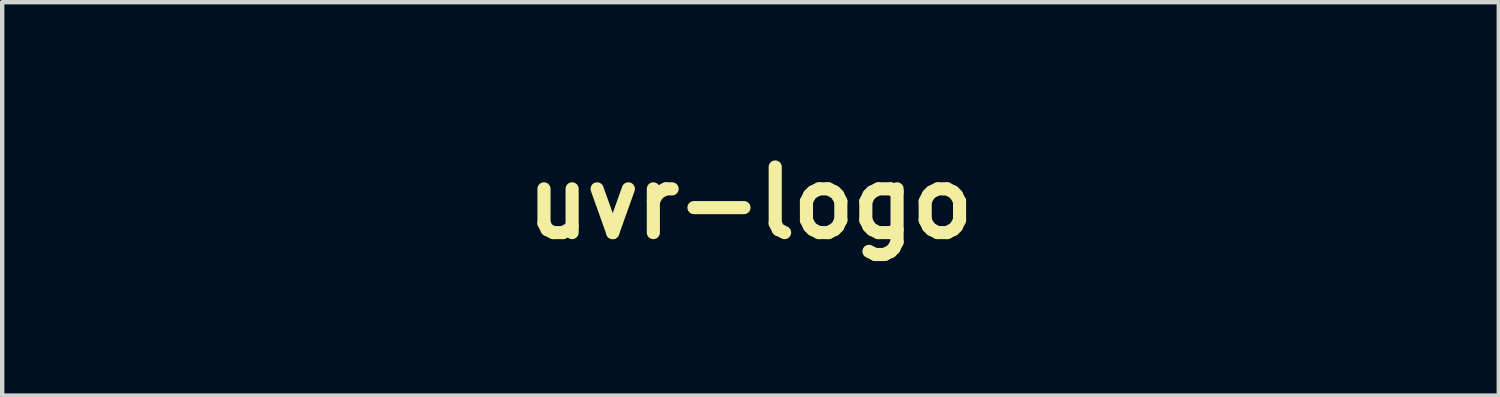
<source format=kicad_pcb>
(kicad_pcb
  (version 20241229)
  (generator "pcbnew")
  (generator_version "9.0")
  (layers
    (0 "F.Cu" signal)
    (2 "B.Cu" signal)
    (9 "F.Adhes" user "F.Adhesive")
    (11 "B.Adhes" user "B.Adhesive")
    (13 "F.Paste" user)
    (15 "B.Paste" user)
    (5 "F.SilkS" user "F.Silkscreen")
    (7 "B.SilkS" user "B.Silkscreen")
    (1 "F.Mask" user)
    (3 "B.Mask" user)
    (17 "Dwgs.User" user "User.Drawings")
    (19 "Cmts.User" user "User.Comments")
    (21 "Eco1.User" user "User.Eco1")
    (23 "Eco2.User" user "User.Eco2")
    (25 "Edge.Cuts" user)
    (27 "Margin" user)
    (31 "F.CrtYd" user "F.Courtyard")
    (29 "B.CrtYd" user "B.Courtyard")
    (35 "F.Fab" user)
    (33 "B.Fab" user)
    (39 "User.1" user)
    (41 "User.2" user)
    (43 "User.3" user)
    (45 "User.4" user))
  (footprint "uvr-logo"
    (layer "F.Cu")
    (at 14.1 1.589)
    (property "Reference" "uvr-logo" (at 0 0 0) (layer "F.SilkS") (effects (font (size 1.5 1.5) (thickness 0.3))))
    (attr board_only exclude_from_pos_files exclude_from_bom)
    (fp_poly (pts (xy -8.615 0) (xy -8.615 0.95) (xy -8.839 0.95) (xy -9.062 0.95) (xy -9.062 0) (xy -9.062 -0.95) (xy -8.839 -0.95) (xy -8.615 -0.95)) (stroke (width 0.1) (type solid)) (fill no) (layer "Eco2.User"))
    (fp_poly (pts (xy 9.299 -0.779) (xy 9.299 -0.608) (xy 8.862 -0.608) (xy 8.426 -0.608) (xy 8.426 0.171) (xy 8.426 0.95) (xy 8.202 0.95) (xy 7.979 0.95) (xy 7.979 0.171) (xy 7.979 -0.608) (xy 7.544 -0.61) (xy 7.11 -0.613) (xy 7.107 -0.781) (xy 7.105 -0.95) (xy 8.202 -0.95) (xy 9.299 -0.95)) (stroke (width 0.1) (type solid)) (fill no) (layer "Eco2.User"))
    (fp_poly (pts (xy 6.877 -0.788) (xy 6.877 -0.627) (xy 6.122 -0.627) (xy 5.367 -0.627) (xy 5.369 -0.416) (xy 5.372 -0.204) (xy 5.811 -0.202) (xy 6.25 -0.199) (xy 6.25 -0.038) (xy 6.25 0.123) (xy 5.809 0.123) (xy 5.367 0.123) (xy 5.367 0.356) (xy 5.367 0.589) (xy 6.127 0.589) (xy 6.887 0.589) (xy 6.887 0.769) (xy 6.887 0.95) (xy 5.908 0.95) (xy 4.93 0.95) (xy 4.93 0) (xy 4.93 -0.95) (xy 5.904 -0.95) (xy 6.877 -0.95)) (stroke (width 0.1) (type solid)) (fill no) (layer "Eco2.User"))
    (fp_poly (pts (xy -0.403 -1.335) (xy -0.36 -1.313) (xy -0.338 -1.293) (xy -0.329 -1.282) (xy -0.328 -1.274) (xy -0.339 -1.265) (xy -0.364 -1.253) (xy -0.371 -1.25) (xy -0.407 -1.236) (xy -0.441 -1.224) (xy -0.458 -1.22) (xy -0.482 -1.218) (xy -0.496 -1.224) (xy -0.503 -1.233) (xy -0.51 -1.257) (xy -0.513 -1.283) (xy -0.514 -1.303) (xy -0.523 -1.31) (xy -0.541 -1.308) (xy -0.563 -1.305) (xy -0.568 -1.308) (xy -0.555 -1.319) (xy -0.539 -1.33) (xy -0.498 -1.345) (xy -0.451 -1.346)) (stroke (width 0.1) (type solid)) (fill no) (layer "Eco2.User"))
    (fp_poly (pts (xy -10.839 -0.265) (xy -10.456 0.419) (xy -10.428 0.369) (xy -10.419 0.352) (xy -10.402 0.32) (xy -10.377 0.275) (xy -10.346 0.217) (xy -10.309 0.147) (xy -10.267 0.069) (xy -10.221 -0.018) (xy -10.171 -0.112) (xy -10.118 -0.211) (xy -10.063 -0.314) (xy -10.062 -0.316) (xy -9.723 -0.95) (xy -9.501 -0.95) (xy -9.279 -0.95) (xy -9.299 -0.914) (xy -9.306 -0.901) (xy -9.322 -0.873) (xy -9.346 -0.83) (xy -9.377 -0.774) (xy -9.414 -0.705) (xy -9.458 -0.626) (xy -9.507 -0.536) (xy -9.561 -0.438) (xy -9.619 -0.332) (xy -9.681 -0.22) (xy -9.746 -0.102) (xy -9.813 0.02) (xy -9.82 0.033) (xy -10.322 0.945) (xy -10.478 0.947) (xy -10.634 0.95) (xy -11.159 0.04) (xy -11.229 -0.081) (xy -11.297 -0.199) (xy -11.362 -0.312) (xy -11.424 -0.418) (xy -11.481 -0.517) (xy -11.533 -0.607) (xy -11.58 -0.688) (xy -11.62 -0.758) (xy -11.654 -0.816) (xy -11.68 -0.861) (xy -11.698 -0.892) (xy -11.707 -0.908) (xy -11.708 -0.91) (xy -11.732 -0.95) (xy -11.478 -0.95) (xy -11.223 -0.95)) (stroke (width 0.1) (type solid)) (fill no) (layer "Eco2.User"))
    (fp_poly (pts (xy 12.555 -0.59) (xy 12.617 -0.52) (xy 12.676 -0.454) (xy 12.73 -0.395) (xy 12.778 -0.342) (xy 12.819 -0.299) (xy 12.851 -0.265) (xy 12.873 -0.242) (xy 12.884 -0.232) (xy 12.885 -0.232) (xy 12.893 -0.239) (xy 12.913 -0.259) (xy 12.942 -0.291) (xy 12.981 -0.333) (xy 13.027 -0.383) (xy 13.08 -0.441) (xy 13.138 -0.505) (xy 13.2 -0.574) (xy 13.216 -0.592) (xy 13.538 -0.95) (xy 13.8 -0.95) (xy 14.063 -0.95) (xy 13.991 -0.876) (xy 13.972 -0.856) (xy 13.941 -0.824) (xy 13.899 -0.781) (xy 13.849 -0.728) (xy 13.791 -0.667) (xy 13.727 -0.599) (xy 13.658 -0.526) (xy 13.585 -0.449) (xy 13.51 -0.37) (xy 13.499 -0.359) (xy 13.08 0.085) (xy 13.08 0.517) (xy 13.08 0.95) (xy 12.852 0.95) (xy 12.624 0.95) (xy 12.624 0.522) (xy 12.624 0.095) (xy 12.171 -0.387) (xy 12.095 -0.469) (xy 12.021 -0.547) (xy 11.951 -0.621) (xy 11.887 -0.69) (xy 11.829 -0.751) (xy 11.779 -0.804) (xy 11.738 -0.848) (xy 11.707 -0.881) (xy 11.686 -0.903) (xy 11.68 -0.91) (xy 11.642 -0.95) (xy 11.938 -0.95) (xy 12.234 -0.95)) (stroke (width 0.1) (type solid)) (fill no) (layer "Eco2.User"))
    (fp_poly (pts (xy 3.04 -0.556) (xy 3.04 -0.162) (xy 3.563 -0.556) (xy 4.087 -0.95) (xy 4.406 -0.95) (xy 4.493 -0.949) (xy 4.562 -0.949) (xy 4.615 -0.949) (xy 4.655 -0.948) (xy 4.683 -0.946) (xy 4.7 -0.944) (xy 4.709 -0.942) (xy 4.711 -0.939) (xy 4.707 -0.935) (xy 4.707 -0.935) (xy 4.696 -0.927) (xy 4.671 -0.909) (xy 4.633 -0.882) (xy 4.584 -0.847) (xy 4.523 -0.804) (xy 4.454 -0.754) (xy 4.376 -0.699) (xy 4.292 -0.639) (xy 4.202 -0.575) (xy 4.108 -0.508) (xy 4.099 -0.501) (xy 4.004 -0.434) (xy 3.914 -0.37) (xy 3.829 -0.31) (xy 3.751 -0.254) (xy 3.681 -0.204) (xy 3.62 -0.16) (xy 3.57 -0.124) (xy 3.531 -0.095) (xy 3.505 -0.077) (xy 3.494 -0.068) (xy 3.493 -0.067) (xy 3.491 -0.064) (xy 3.491 -0.06) (xy 3.495 -0.054) (xy 3.502 -0.045) (xy 3.515 -0.034) (xy 3.534 -0.018) (xy 3.559 0.002) (xy 3.593 0.027) (xy 3.635 0.058) (xy 3.686 0.096) (xy 3.749 0.141) (xy 3.822 0.194) (xy 3.908 0.255) (xy 4.008 0.326) (xy 4.121 0.407) (xy 4.178 0.447) (xy 4.879 0.945) (xy 4.525 0.948) (xy 4.171 0.95) (xy 3.608 0.536) (xy 3.044 0.122) (xy 3.042 0.536) (xy 3.039 0.95) (xy 2.812 0.95) (xy 2.584 0.95) (xy 2.584 0) (xy 2.584 -0.95) (xy 2.812 -0.95) (xy 3.04 -0.95)) (stroke (width 0.1) (type solid)) (fill no) (layer "Eco2.User"))
    (fp_poly (pts (xy -13.602 -0.18) (xy -13.602 0.589) (xy -12.975 0.589) (xy -12.349 0.589) (xy -12.349 -0.18) (xy -12.349 -0.95) (xy -12.125 -0.95) (xy -11.902 -0.95) (xy -11.902 -0.202) (xy -11.903 -0.075) (xy -11.903 0.046) (xy -11.904 0.159) (xy -11.904 0.263) (xy -11.905 0.357) (xy -11.906 0.439) (xy -11.908 0.507) (xy -11.909 0.561) (xy -11.91 0.599) (xy -11.912 0.617) (xy -11.926 0.7) (xy -11.946 0.766) (xy -11.973 0.818) (xy -12.009 0.859) (xy -12.054 0.89) (xy -12.064 0.895) (xy -12.083 0.905) (xy -12.103 0.913) (xy -12.123 0.921) (xy -12.145 0.927) (xy -12.17 0.932) (xy -12.2 0.937) (xy -12.237 0.94) (xy -12.281 0.943) (xy -12.334 0.945) (xy -12.397 0.947) (xy -12.471 0.948) (xy -12.559 0.949) (xy -12.661 0.949) (xy -12.778 0.949) (xy -12.913 0.949) (xy -12.983 0.949) (xy -13.1 0.948) (xy -13.212 0.948) (xy -13.317 0.947) (xy -13.415 0.947) (xy -13.503 0.946) (xy -13.581 0.945) (xy -13.646 0.944) (xy -13.696 0.942) (xy -13.731 0.941) (xy -13.749 0.94) (xy -13.749 0.94) (xy -13.829 0.922) (xy -13.894 0.896) (xy -13.945 0.86) (xy -13.984 0.814) (xy -14.015 0.754) (xy -14.023 0.732) (xy -14.027 0.721) (xy -14.03 0.71) (xy -14.033 0.698) (xy -14.035 0.683) (xy -14.037 0.665) (xy -14.039 0.642) (xy -14.04 0.612) (xy -14.042 0.575) (xy -14.043 0.529) (xy -14.044 0.474) (xy -14.044 0.406) (xy -14.045 0.327) (xy -14.045 0.233) (xy -14.046 0.124) (xy -14.046 -0.002) (xy -14.047 -0.14) (xy -14.05 -0.95) (xy -13.826 -0.95) (xy -13.602 -0.95)) (stroke (width 0.1) (type solid)) (fill no) (layer "Eco2.User"))
    (fp_poly (pts (xy 10.408 -0.948) (xy 11.299 -0.945) (xy 11.362 -0.924) (xy 11.432 -0.891) (xy 11.489 -0.844) (xy 11.532 -0.785) (xy 11.561 -0.713) (xy 11.569 -0.679) (xy 11.573 -0.648) (xy 11.576 -0.601) (xy 11.578 -0.541) (xy 11.579 -0.474) (xy 11.579 -0.4) (xy 11.579 -0.325) (xy 11.578 -0.251) (xy 11.576 -0.181) (xy 11.574 -0.12) (xy 11.57 -0.069) (xy 11.566 -0.033) (xy 11.565 -0.025) (xy 11.542 0.05) (xy 11.507 0.11) (xy 11.462 0.153) (xy 11.427 0.176) (xy 11.39 0.195) (xy 11.35 0.209) (xy 11.302 0.219) (xy 11.244 0.227) (xy 11.173 0.233) (xy 11.086 0.236) (xy 11.082 0.237) (xy 10.912 0.242) (xy 11.34 0.593) (xy 11.418 0.656) (xy 11.492 0.717) (xy 11.559 0.772) (xy 11.62 0.822) (xy 11.671 0.865) (xy 11.714 0.9) (xy 11.745 0.926) (xy 11.764 0.942) (xy 11.769 0.947) (xy 11.76 0.947) (xy 11.734 0.948) (xy 11.694 0.949) (xy 11.641 0.949) (xy 11.578 0.949) (xy 11.507 0.95) (xy 11.453 0.95) (xy 11.137 0.949) (xy 10.758 0.593) (xy 10.379 0.237) (xy 10.167 0.237) (xy 9.955 0.237) (xy 9.955 0.594) (xy 9.955 0.95) (xy 9.736 0.95) (xy 9.518 0.95) (xy 9.518 -0.000279) (xy 9.518 -0.618) (xy 9.955 -0.618) (xy 9.955 -0.356) (xy 9.955 -0.094) (xy 10.509 -0.097) (xy 10.626 -0.098) (xy 10.725 -0.098) (xy 10.809 -0.099) (xy 10.878 -0.1) (xy 10.934 -0.101) (xy 10.978 -0.102) (xy 11.013 -0.103) (xy 11.039 -0.105) (xy 11.058 -0.107) (xy 11.071 -0.11) (xy 11.08 -0.113) (xy 11.087 -0.116) (xy 11.088 -0.116) (xy 11.108 -0.131) (xy 11.122 -0.145) (xy 11.133 -0.164) (xy 11.14 -0.188) (xy 11.144 -0.222) (xy 11.146 -0.269) (xy 11.147 -0.33) (xy 11.147 -0.356) (xy 11.147 -0.424) (xy 11.145 -0.475) (xy 11.142 -0.513) (xy 11.136 -0.541) (xy 11.127 -0.561) (xy 11.113 -0.577) (xy 11.096 -0.591) (xy 11.088 -0.596) (xy 11.081 -0.599) (xy 11.072 -0.602) (xy 11.06 -0.605) (xy 11.041 -0.607) (xy 11.016 -0.609) (xy 10.983 -0.61) (xy 10.94 -0.612) (xy 10.885 -0.613) (xy 10.818 -0.613) (xy 10.736 -0.614) (xy 10.638 -0.615) (xy 10.523 -0.615) (xy 10.509 -0.615) (xy 9.955 -0.618) (xy 9.518 -0.618) (xy 9.518 -0.95)) (stroke (width 0.1) (type solid)) (fill no) (layer "Eco2.User"))
    (fp_poly (pts (xy -3.858 -0.95) (xy -3.726 -0.95) (xy -3.611 -0.95) (xy -3.511 -0.949) (xy -3.424 -0.949) (xy -3.351 -0.948) (xy -3.289 -0.947) (xy -3.238 -0.946) (xy -3.196 -0.945) (xy -3.162 -0.944) (xy -3.135 -0.942) (xy -3.113 -0.94) (xy -3.095 -0.938) (xy -3.08 -0.935) (xy -3.08 -0.935) (xy -3.007 -0.915) (xy -2.949 -0.888) (xy -2.903 -0.852) (xy -2.866 -0.804) (xy -2.848 -0.771) (xy -2.816 -0.708) (xy -2.816 -0.366) (xy -2.817 -0.268) (xy -2.817 -0.187) (xy -2.818 -0.12) (xy -2.821 -0.067) (xy -2.824 -0.024) (xy -2.829 0.009) (xy -2.836 0.036) (xy -2.846 0.059) (xy -2.857 0.079) (xy -2.872 0.098) (xy -2.884 0.113) (xy -2.917 0.146) (xy -2.953 0.173) (xy -2.995 0.194) (xy -3.046 0.211) (xy -3.108 0.222) (xy -3.183 0.23) (xy -3.274 0.235) (xy -3.298 0.236) (xy -3.475 0.242) (xy -3.132 0.522) (xy -3.059 0.582) (xy -2.987 0.641) (xy -2.918 0.698) (xy -2.854 0.749) (xy -2.798 0.795) (xy -2.752 0.833) (xy -2.716 0.862) (xy -2.7 0.876) (xy -2.61 0.95) (xy -2.929 0.95) (xy -3.248 0.95) (xy -3.628 0.594) (xy -4.008 0.237) (xy -4.217 0.237) (xy -4.426 0.237) (xy -4.426 0.594) (xy -4.426 0.95) (xy -4.645 0.95) (xy -4.863 0.95) (xy -4.863 0) (xy -4.863 -0.618) (xy -4.426 -0.618) (xy -4.426 -0.356) (xy -4.426 -0.094) (xy -3.878 -0.097) (xy -3.761 -0.098) (xy -3.662 -0.098) (xy -3.579 -0.099) (xy -3.511 -0.1) (xy -3.455 -0.101) (xy -3.411 -0.102) (xy -3.376 -0.103) (xy -3.35 -0.105) (xy -3.331 -0.107) (xy -3.317 -0.11) (xy -3.307 -0.113) (xy -3.299 -0.116) (xy -3.298 -0.117) (xy -3.278 -0.13) (xy -3.263 -0.146) (xy -3.253 -0.169) (xy -3.246 -0.2) (xy -3.241 -0.242) (xy -3.24 -0.299) (xy -3.239 -0.356) (xy -3.24 -0.426) (xy -3.242 -0.48) (xy -3.247 -0.52) (xy -3.254 -0.549) (xy -3.266 -0.57) (xy -3.282 -0.585) (xy -3.298 -0.595) (xy -3.305 -0.599) (xy -3.315 -0.602) (xy -3.329 -0.605) (xy -3.347 -0.607) (xy -3.372 -0.609) (xy -3.405 -0.61) (xy -3.448 -0.612) (xy -3.502 -0.613) (xy -3.568 -0.613) (xy -3.649 -0.614) (xy -3.745 -0.615) (xy -3.859 -0.615) (xy -3.878 -0.615) (xy -4.426 -0.618) (xy -4.863 -0.618) (xy -4.863 -0.95) (xy -4.008 -0.95)) (stroke (width 0.1) (type solid)) (fill no) (layer "Eco2.User"))
    (fp_poly (pts (xy 1.613 -0.948) (xy 1.718 -0.947) (xy 1.805 -0.947) (xy 1.874 -0.945) (xy 1.926 -0.944) (xy 1.959 -0.942) (xy 1.968 -0.941) (xy 2.047 -0.924) (xy 2.112 -0.899) (xy 2.165 -0.865) (xy 2.207 -0.82) (xy 2.239 -0.764) (xy 2.26 -0.694) (xy 2.273 -0.61) (xy 2.278 -0.51) (xy 2.278 -0.447) (xy 2.275 -0.318) (xy 2.061 -0.284) (xy 2 -0.274) (xy 1.944 -0.266) (xy 1.898 -0.26) (xy 1.864 -0.255) (xy 1.844 -0.254) (xy 1.84 -0.254) (xy 1.838 -0.264) (xy 1.836 -0.29) (xy 1.835 -0.329) (xy 1.834 -0.378) (xy 1.833 -0.433) (xy 1.833 -0.608) (xy 1.24 -0.608) (xy 0.646 -0.608) (xy 0.646 -0.009) (xy 0.646 0.589) (xy 1.24 0.589) (xy 1.833 0.589) (xy 1.833 0.39) (xy 1.834 0.331) (xy 1.835 0.278) (xy 1.836 0.235) (xy 1.838 0.204) (xy 1.84 0.188) (xy 1.84 0.187) (xy 1.851 0.188) (xy 1.877 0.192) (xy 1.915 0.199) (xy 1.962 0.208) (xy 2.015 0.219) (xy 2.071 0.23) (xy 2.126 0.241) (xy 2.177 0.252) (xy 2.222 0.262) (xy 2.256 0.27) (xy 2.258 0.271) (xy 2.266 0.273) (xy 2.272 0.278) (xy 2.276 0.288) (xy 2.278 0.306) (xy 2.279 0.334) (xy 2.28 0.376) (xy 2.28 0.434) (xy 2.28 0.436) (xy 2.278 0.543) (xy 2.27 0.633) (xy 2.257 0.708) (xy 2.237 0.769) (xy 2.21 0.819) (xy 2.174 0.859) (xy 2.129 0.891) (xy 2.074 0.917) (xy 2.038 0.93) (xy 2.026 0.932) (xy 2.012 0.935) (xy 1.992 0.937) (xy 1.966 0.939) (xy 1.932 0.94) (xy 1.889 0.942) (xy 1.836 0.943) (xy 1.772 0.944) (xy 1.694 0.944) (xy 1.603 0.945) (xy 1.496 0.945) (xy 1.372 0.946) (xy 1.268 0.946) (xy 1.151 0.946) (xy 1.039 0.946) (xy 0.933 0.946) (xy 0.835 0.946) (xy 0.746 0.945) (xy 0.668 0.944) (xy 0.603 0.943) (xy 0.551 0.942) (xy 0.516 0.941) (xy 0.498 0.94) (xy 0.497 0.94) (xy 0.443 0.927) (xy 0.39 0.909) (xy 0.344 0.887) (xy 0.313 0.867) (xy 0.275 0.825) (xy 0.243 0.766) (xy 0.222 0.703) (xy 0.218 0.69) (xy 0.215 0.675) (xy 0.213 0.657) (xy 0.211 0.635) (xy 0.209 0.607) (xy 0.207 0.572) (xy 0.206 0.528) (xy 0.206 0.474) (xy 0.205 0.409) (xy 0.205 0.33) (xy 0.204 0.236) (xy 0.204 0.126) (xy 0.204 0.009) (xy 0.204 -0.117) (xy 0.204 -0.226) (xy 0.205 -0.319) (xy 0.205 -0.397) (xy 0.206 -0.462) (xy 0.207 -0.516) (xy 0.208 -0.56) (xy 0.209 -0.596) (xy 0.211 -0.624) (xy 0.213 -0.648) (xy 0.216 -0.667) (xy 0.219 -0.684) (xy 0.221 -0.696) (xy 0.245 -0.769) (xy 0.28 -0.828) (xy 0.327 -0.874) (xy 0.388 -0.909) (xy 0.442 -0.928) (xy 0.454 -0.931) (xy 0.468 -0.934) (xy 0.486 -0.936) (xy 0.508 -0.938) (xy 0.536 -0.94) (xy 0.572 -0.942) (xy 0.617 -0.943) (xy 0.672 -0.944) (xy 0.739 -0.945) (xy 0.819 -0.946) (xy 0.913 -0.946) (xy 1.022 -0.947) (xy 1.149 -0.947) (xy 1.202 -0.948) (xy 1.355 -0.948) (xy 1.492 -0.948)) (stroke (width 0.1) (type solid)) (fill no) (layer "Eco2.User"))
    (fp_poly (pts (xy -6.898 -0.948) (xy -6.793 -0.947) (xy -6.706 -0.947) (xy -6.637 -0.945) (xy -6.585 -0.944) (xy -6.552 -0.942) (xy -6.543 -0.941) (xy -6.464 -0.924) (xy -6.399 -0.899) (xy -6.346 -0.865) (xy -6.304 -0.82) (xy -6.272 -0.764) (xy -6.251 -0.694) (xy -6.238 -0.61) (xy -6.233 -0.51) (xy -6.233 -0.446) (xy -6.236 -0.318) (xy -6.45 -0.284) (xy -6.511 -0.275) (xy -6.567 -0.266) (xy -6.613 -0.26) (xy -6.647 -0.256) (xy -6.667 -0.254) (xy -6.671 -0.254) (xy -6.673 -0.264) (xy -6.675 -0.29) (xy -6.676 -0.329) (xy -6.677 -0.378) (xy -6.678 -0.433) (xy -6.678 -0.608) (xy -7.271 -0.608) (xy -7.865 -0.608) (xy -7.865 -0.009) (xy -7.865 0.589) (xy -7.271 0.589) (xy -6.678 0.589) (xy -6.678 0.39) (xy -6.677 0.331) (xy -6.676 0.278) (xy -6.675 0.235) (xy -6.673 0.204) (xy -6.671 0.188) (xy -6.671 0.187) (xy -6.66 0.188) (xy -6.634 0.192) (xy -6.596 0.199) (xy -6.549 0.208) (xy -6.496 0.219) (xy -6.44 0.23) (xy -6.385 0.241) (xy -6.334 0.252) (xy -6.289 0.262) (xy -6.255 0.27) (xy -6.253 0.271) (xy -6.245 0.273) (xy -6.239 0.278) (xy -6.235 0.288) (xy -6.233 0.306) (xy -6.232 0.334) (xy -6.231 0.376) (xy -6.231 0.434) (xy -6.231 0.436) (xy -6.233 0.543) (xy -6.241 0.633) (xy -6.254 0.708) (xy -6.274 0.769) (xy -6.301 0.819) (xy -6.337 0.859) (xy -6.382 0.891) (xy -6.437 0.917) (xy -6.473 0.93) (xy -6.485 0.932) (xy -6.499 0.935) (xy -6.519 0.937) (xy -6.545 0.939) (xy -6.579 0.94) (xy -6.622 0.942) (xy -6.675 0.943) (xy -6.739 0.944) (xy -6.817 0.944) (xy -6.908 0.945) (xy -7.015 0.945) (xy -7.139 0.946) (xy -7.243 0.946) (xy -7.36 0.946) (xy -7.472 0.946) (xy -7.578 0.946) (xy -7.676 0.946) (xy -7.765 0.945) (xy -7.843 0.944) (xy -7.908 0.943) (xy -7.96 0.942) (xy -7.995 0.941) (xy -8.013 0.94) (xy -8.014 0.94) (xy -8.068 0.927) (xy -8.121 0.909) (xy -8.167 0.887) (xy -8.198 0.867) (xy -8.236 0.825) (xy -8.268 0.766) (xy -8.289 0.703) (xy -8.293 0.69) (xy -8.296 0.675) (xy -8.298 0.657) (xy -8.3 0.635) (xy -8.302 0.608) (xy -8.304 0.573) (xy -8.305 0.529) (xy -8.305 0.475) (xy -8.306 0.41) (xy -8.306 0.331) (xy -8.307 0.238) (xy -8.307 0.128) (xy -8.307 0.005) (xy -8.307 -0.122) (xy -8.307 -0.231) (xy -8.306 -0.324) (xy -8.306 -0.402) (xy -8.305 -0.467) (xy -8.305 -0.521) (xy -8.304 -0.565) (xy -8.302 -0.6) (xy -8.3 -0.628) (xy -8.298 -0.651) (xy -8.296 -0.669) (xy -8.293 -0.685) (xy -8.289 -0.7) (xy -8.289 -0.701) (xy -8.263 -0.774) (xy -8.227 -0.832) (xy -8.179 -0.878) (xy -8.116 -0.912) (xy -8.069 -0.928) (xy -8.057 -0.931) (xy -8.043 -0.934) (xy -8.025 -0.936) (xy -8.003 -0.938) (xy -7.975 -0.94) (xy -7.939 -0.942) (xy -7.894 -0.943) (xy -7.839 -0.944) (xy -7.772 -0.945) (xy -7.692 -0.946) (xy -7.598 -0.946) (xy -7.489 -0.947) (xy -7.362 -0.947) (xy -7.309 -0.948) (xy -7.156 -0.948) (xy -7.019 -0.948)) (stroke (width 0.1) (type solid)) (fill no) (layer "Eco2.User"))
    (fp_poly (pts (xy -0.462 -1.534) (xy -0.408 -1.521) (xy -0.406 -1.52) (xy -0.369 -1.501) (xy -0.324 -1.472) (xy -0.276 -1.434) (xy -0.275 -1.434) (xy -0.234 -1.401) (xy -0.19 -1.367) (xy -0.149 -1.339) (xy -0.131 -1.328) (xy -0.101 -1.31) (xy -0.078 -1.296) (xy -0.067 -1.288) (xy -0.066 -1.287) (xy -0.074 -1.282) (xy -0.093 -1.269) (xy -0.121 -1.251) (xy -0.122 -1.251) (xy -0.179 -1.21) (xy -0.227 -1.166) (xy -0.262 -1.122) (xy -0.272 -1.104) (xy -0.281 -1.075) (xy -0.289 -1.037) (xy -0.293 -1.006) (xy -0.296 -0.943) (xy -0.26 -0.936) (xy -0.198 -0.915) (xy -0.141 -0.878) (xy -0.092 -0.827) (xy -0.053 -0.765) (xy -0.026 -0.694) (xy -0.015 -0.644) (xy -0.013 -0.591) (xy -0.019 -0.526) (xy -0.033 -0.452) (xy -0.052 -0.375) (xy -0.078 -0.297) (xy -0.107 -0.224) (xy -0.121 -0.195) (xy -0.176 -0.1) (xy -0.244 -0.002) (xy -0.322 0.093) (xy -0.406 0.181) (xy -0.492 0.258) (xy -0.516 0.277) (xy -0.577 0.318) (xy -0.649 0.36) (xy -0.726 0.399) (xy -0.802 0.431) (xy -0.87 0.454) (xy -0.875 0.456) (xy -0.913 0.465) (xy -0.955 0.475) (xy -0.998 0.484) (xy -1.039 0.491) (xy -1.072 0.497) (xy -1.094 0.499) (xy -1.1 0.499) (xy -1.096 0.491) (xy -1.081 0.471) (xy -1.06 0.441) (xy -1.032 0.406) (xy -1.026 0.398) (xy -0.952 0.3) (xy -0.888 0.207) (xy -0.835 0.122) (xy -0.792 0.044) (xy -0.76 -0.025) (xy -0.741 -0.085) (xy -0.733 -0.133) (xy -0.738 -0.17) (xy -0.75 -0.189) (xy -0.78 -0.207) (xy -0.823 -0.215) (xy -0.872 -0.212) (xy -0.926 -0.198) (xy -0.979 -0.175) (xy -0.993 -0.167) (xy -1.008 -0.157) (xy -1.02 -0.147) (xy -1.029 -0.134) (xy -1.039 -0.113) (xy -1.05 -0.083) (xy -1.065 -0.039) (xy -1.076 -0.003) (xy -1.114 0.134) (xy -1.14 0.267) (xy -1.141 0.271) (xy -1.148 0.32) (xy -1.155 0.362) (xy -1.16 0.395) (xy -1.164 0.414) (xy -1.164 0.416) (xy -1.174 0.419) (xy -1.195 0.413) (xy -1.224 0.399) (xy -1.256 0.379) (xy -1.289 0.355) (xy -1.301 0.345) (xy -1.338 0.314) (xy -1.344 0.363) (xy -1.352 0.411) (xy -1.362 0.458) (xy -1.373 0.495) (xy -1.374 0.499) (xy -1.371 0.508) (xy -1.356 0.52) (xy -1.326 0.537) (xy -1.281 0.56) (xy -1.272 0.564) (xy -1.141 0.621) (xy -1.012 0.666) (xy -0.888 0.698) (xy -0.769 0.719) (xy -0.657 0.727) (xy -0.554 0.722) (xy -0.462 0.705) (xy -0.381 0.675) (xy -0.377 0.673) (xy -0.318 0.633) (xy -0.268 0.579) (xy -0.241 0.533) (xy -0.221 0.473) (xy -0.213 0.402) (xy -0.218 0.325) (xy -0.236 0.249) (xy -0.257 0.18) (xy -0.198 0.109) (xy -0.169 0.074) (xy -0.148 0.054) (xy -0.136 0.047) (xy -0.131 0.049) (xy -0.113 0.079) (xy -0.092 0.121) (xy -0.069 0.17) (xy -0.046 0.221) (xy -0.028 0.267) (xy -0.016 0.299) (xy 0.012 0.413) (xy 0.024 0.519) (xy 0.019 0.616) (xy -0.003 0.706) (xy -0.041 0.786) (xy -0.096 0.858) (xy -0.15 0.907) (xy -0.226 0.957) (xy -0.312 0.994) (xy -0.411 1.019) (xy -0.523 1.033) (xy -0.61 1.035) (xy -0.744 1.029) (xy -0.878 1.011) (xy -1.013 0.981) (xy -1.153 0.936) (xy -1.3 0.878) (xy -1.408 0.829) (xy -1.538 0.767) (xy -1.597 0.82) (xy -1.673 0.883) (xy -1.767 0.948) (xy -1.876 1.015) (xy -2 1.082) (xy -2.136 1.15) (xy -2.283 1.217) (xy -2.391 1.262) (xy -2.44 1.281) (xy -2.474 1.294) (xy -2.495 1.3) (xy -2.505 1.299) (xy -2.506 1.293) (xy -2.505 1.289) (xy -2.499 1.277) (xy -2.488 1.25) (xy -2.472 1.213) (xy -2.454 1.174) (xy -2.375 1.174) (xy -2.367 1.174) (xy -2.342 1.165) (xy -2.301 1.147) (xy -2.244 1.12) (xy -2.17 1.084) (xy -2.168 1.083) (xy -2.034 1.015) (xy -1.916 0.95) (xy -1.813 0.888) (xy -1.726 0.829) (xy -1.657 0.775) (xy -1.645 0.764) (xy -1.601 0.725) (xy -1.623 0.713) (xy -1.641 0.706) (xy -1.658 0.711) (xy -1.671 0.721) (xy -1.749 0.778) (xy -1.84 0.838) (xy -1.938 0.897) (xy -2.039 0.952) (xy -2.124 0.994) (xy -2.177 1.019) (xy -2.214 1.036) (xy -2.238 1.045) (xy -2.251 1.048) (xy -2.253 1.043) (xy -2.248 1.031) (xy -2.238 1.013) (xy -2.233 1.005) (xy -2.191 0.93) (xy -2.181 0.912) (xy -2.103 0.912) (xy -2.102 0.912) (xy -2.092 0.908) (xy -2.069 0.896) (xy -2.037 0.879) (xy -2.008 0.864) (xy -1.96 0.837) (xy -1.907 0.805) (xy -1.853 0.771) (xy -1.802 0.738) (xy -1.76 0.708) (xy -1.729 0.685) (xy -1.729 0.684) (xy -1.705 0.664) (xy -1.729 0.648) (xy -1.76 0.626) (xy -1.798 0.598) (xy -1.84 0.566) (xy -1.883 0.534) (xy -1.923 0.502) (xy -1.957 0.475) (xy -1.964 0.469) (xy -1.455 0.469) (xy -1.455 0.47) (xy -1.443 0.474) (xy -1.431 0.461) (xy -1.427 0.451) (xy -1.42 0.43) (xy -1.413 0.4) (xy -1.406 0.366) (xy -1.401 0.334) (xy -1.399 0.309) (xy -1.4 0.297) (xy -1.4 0.297) (xy -1.407 0.299) (xy -1.409 0.305) (xy -1.413 0.32) (xy -1.422 0.347) (xy -1.433 0.383) (xy -1.436 0.392) (xy -1.446 0.426) (xy -1.453 0.454) (xy -1.455 0.469) (xy -1.964 0.469) (xy -1.982 0.454) (xy -1.994 0.443) (xy -2.016 0.423) (xy -2.032 0.421) (xy -2.046 0.436) (xy -2.055 0.452) (xy -2.067 0.481) (xy -2.07 0.497) (xy -2.062 0.503) (xy -2.057 0.503) (xy -2.042 0.51) (xy -2.025 0.527) (xy -2.024 0.528) (xy -2.008 0.564) (xy -2.005 0.613) (xy -2.015 0.675) (xy -2.038 0.751) (xy -2.075 0.84) (xy -2.078 0.848) (xy -2.092 0.878) (xy -2.1 0.901) (xy -2.103 0.912) (xy -2.181 0.912) (xy -2.153 0.857) (xy -2.121 0.786) (xy -2.095 0.722) (xy -2.077 0.665) (xy -2.066 0.618) (xy -2.065 0.585) (xy -2.067 0.577) (xy -2.073 0.566) (xy -2.084 0.561) (xy -2.107 0.562) (xy -2.12 0.564) (xy -2.168 0.569) (xy -2.161 0.543) (xy -2.154 0.523) (xy -2.141 0.492) (xy -2.124 0.455) (xy -2.118 0.442) (xy -2.1 0.403) (xy -2.09 0.376) (xy -2.089 0.36) (xy -2.091 0.354) (xy -2.104 0.344) (xy -2.109 0.342) (xy -2.117 0.35) (xy -2.131 0.373) (xy -2.149 0.406) (xy -2.17 0.447) (xy -2.192 0.493) (xy -2.213 0.541) (xy -2.232 0.586) (xy -2.236 0.596) (xy -2.271 0.684) (xy -2.252 0.709) (xy -2.236 0.74) (xy -2.231 0.78) (xy -2.236 0.83) (xy -2.252 0.891) (xy -2.28 0.965) (xy -2.319 1.053) (xy -2.323 1.063) (xy -2.343 1.104) (xy -2.359 1.138) (xy -2.37 1.163) (xy -2.375 1.174) (xy -2.375 1.174) (xy -2.454 1.174) (xy -2.452 1.168) (xy -2.442 1.145) (xy -2.4 1.047) (xy -2.368 0.965) (xy -2.346 0.898) (xy -2.332 0.844) (xy -2.327 0.804) (xy -2.331 0.776) (xy -2.341 0.76) (xy -2.351 0.749) (xy -2.354 0.735) (xy -2.352 0.714) (xy -2.344 0.682) (xy -2.328 0.636) (xy -2.326 0.63) (xy -2.305 0.573) (xy -2.283 0.522) (xy -2.258 0.471) (xy -2.227 0.416) (xy -2.202 0.373) (xy -2.155 0.294) (xy -2.225 0.211) (xy -2.244 0.187) (xy -1.844 0.187) (xy -1.756 0.259) (xy -1.721 0.287) (xy -1.692 0.31) (xy -1.671 0.326) (xy -1.662 0.332) (xy -1.662 0.332) (xy -1.66 0.323) (xy -1.659 0.299) (xy -1.657 0.264) (xy -1.657 0.223) (xy -1.657 0.176) (xy -1.658 0.144) (xy -1.66 0.125) (xy -1.665 0.116) (xy -1.671 0.114) (xy -1.672 0.114) (xy -1.694 0.118) (xy -1.727 0.128) (xy -1.763 0.141) (xy -1.796 0.155) (xy -1.82 0.168) (xy -1.822 0.17) (xy -1.844 0.187) (xy -2.244 0.187) (xy -2.298 0.117) (xy -1.907 0.117) (xy -1.905 0.122) (xy -1.901 0.129) (xy -1.895 0.131) (xy -1.883 0.128) (xy -1.863 0.119) (xy -1.833 0.103) (xy -1.79 0.083) (xy -1.742 0.065) (xy -1.711 0.055) (xy -1.648 0.038) (xy -1.713 0.043) (xy -1.758 0.049) (xy -1.803 0.06) (xy -1.844 0.073) (xy -1.877 0.088) (xy -1.899 0.103) (xy -1.907 0.117) (xy -2.298 0.117) (xy -2.325 0.083) (xy -2.406 -0.04) (xy -2.47 -0.159) (xy -2.516 -0.275) (xy -2.545 -0.388) (xy -2.556 -0.498) (xy -2.557 -0.514) (xy -2.556 -0.523) (xy -2.259 -0.523) (xy -2.251 -0.441) (xy -2.228 -0.352) (xy -2.19 -0.258) (xy -2.136 -0.16) (xy -2.11 -0.121) (xy -2.091 -0.093) (xy -2.066 -0.06) (xy -2.039 -0.025) (xy -2.012 0.01) (xy -1.987 0.04) (xy -1.968 0.063) (xy -1.956 0.075) (xy -1.954 0.076) (xy -1.945 0.072) (xy -1.924 0.061) (xy -1.894 0.047) (xy -1.887 0.044) (xy -1.823 0.012) (xy -1.856 0.006) (xy -1.884 -0.003) (xy -1.92 -0.018) (xy -1.96 -0.036) (xy -1.996 -0.056) (xy -2.025 -0.074) (xy -2.034 -0.082) (xy -1.887 -0.082) (xy -1.886 -0.072) (xy -1.867 -0.066) (xy -1.831 -0.063) (xy -1.775 -0.063) (xy -1.753 -0.063) (xy -1.696 -0.064) (xy -1.652 -0.067) (xy -1.613 -0.074) (xy -1.572 -0.084) (xy -1.555 -0.089) (xy -1.518 -0.1) (xy -1.486 -0.109) (xy -1.467 -0.113) (xy -1.462 -0.114) (xy -1.46 -0.107) (xy -1.466 -0.089) (xy -1.468 -0.085) (xy -1.491 -0.035) (xy -1.513 0.022) (xy -1.533 0.082) (xy -1.549 0.137) (xy -1.557 0.183) (xy -1.558 0.183) (xy -1.56 0.222) (xy -1.56 0.266) (xy -1.558 0.312) (xy -1.554 0.354) (xy -1.548 0.386) (xy -1.543 0.401) (xy -1.537 0.397) (xy -1.527 0.379) (xy -1.513 0.349) (xy -1.506 0.331) (xy -1.488 0.288) (xy -1.463 0.238) (xy -1.434 0.187) (xy -1.424 0.169) (xy -1.311 0.169) (xy -1.306 0.193) (xy -1.295 0.223) (xy -1.279 0.256) (xy -1.26 0.287) (xy -1.242 0.312) (xy -1.226 0.327) (xy -1.216 0.328) (xy -1.212 0.317) (xy -1.208 0.292) (xy -1.204 0.257) (xy -1.203 0.243) (xy -1.194 0.16) (xy -1.179 0.079) (xy -1.16 0.008) (xy -1.154 -0.009) (xy -1.139 -0.052) (xy -1.178 -0.014) (xy -1.21 0.019) (xy -1.241 0.056) (xy -1.269 0.093) (xy -1.292 0.128) (xy -1.307 0.155) (xy -1.311 0.169) (xy -1.424 0.169) (xy -1.417 0.159) (xy -1.334 0.035) (xy -1.253 -0.07) (xy -1.172 -0.158) (xy -1.091 -0.23) (xy -1.009 -0.286) (xy -0.969 -0.309) (xy -0.909 -0.331) (xy -0.846 -0.34) (xy -0.786 -0.337) (xy -0.731 -0.32) (xy -0.687 -0.291) (xy -0.675 -0.279) (xy -0.655 -0.253) (xy -0.643 -0.227) (xy -0.637 -0.195) (xy -0.637 -0.152) (xy -0.638 -0.135) (xy -0.643 -0.09) (xy -0.655 -0.047) (xy -0.675 0) (xy -0.708 0.064) (xy -0.749 0.133) (xy -0.792 0.202) (xy -0.835 0.264) (xy -0.862 0.298) (xy -0.893 0.337) (xy -0.914 0.363) (xy -0.923 0.377) (xy -0.922 0.383) (xy -0.912 0.382) (xy -0.892 0.375) (xy -0.88 0.371) (xy -0.785 0.331) (xy -0.688 0.275) (xy -0.592 0.207) (xy -0.5 0.129) (xy -0.417 0.044) (xy -0.345 -0.045) (xy -0.334 -0.06) (xy -0.293 -0.126) (xy -0.252 -0.201) (xy -0.215 -0.28) (xy -0.185 -0.355) (xy -0.17 -0.404) (xy -0.155 -0.471) (xy -0.148 -0.54) (xy -0.148 -0.604) (xy -0.156 -0.66) (xy -0.167 -0.693) (xy -0.204 -0.751) (xy -0.251 -0.794) (xy -0.307 -0.821) (xy -0.372 -0.834) (xy -0.443 -0.831) (xy -0.52 -0.812) (xy -0.6 -0.777) (xy -0.616 -0.768) (xy -0.666 -0.74) (xy -0.644 -0.77) (xy -0.62 -0.796) (xy -0.586 -0.825) (xy -0.546 -0.855) (xy -0.505 -0.882) (xy -0.465 -0.904) (xy -0.433 -0.918) (xy -0.415 -0.921) (xy -0.404 -0.93) (xy -0.395 -0.953) (xy -0.39 -0.985) (xy -0.389 -1.003) (xy -0.384 -1.036) (xy -0.37 -1.077) (xy -0.35 -1.119) (xy -0.327 -1.156) (xy -0.316 -1.17) (xy -0.288 -1.197) (xy -0.255 -1.226) (xy -0.236 -1.24) (xy -0.212 -1.259) (xy -0.195 -1.274) (xy -0.19 -1.281) (xy -0.198 -1.289) (xy -0.216 -1.305) (xy -0.235 -1.32) (xy -0.301 -1.368) (xy -0.356 -1.403) (xy -0.402 -1.427) (xy -0.442 -1.442) (xy -0.479 -1.448) (xy -0.515 -1.446) (xy -0.532 -1.443) (xy -0.59 -1.422) (xy -0.638 -1.386) (xy -0.676 -1.336) (xy -0.706 -1.269) (xy -0.727 -1.186) (xy -0.733 -1.147) (xy -0.744 -1.072) (xy -0.795 -1.034) (xy -0.826 -1.01) (xy -0.854 -0.986) (xy -0.882 -0.959) (xy -0.913 -0.926) (xy -0.951 -0.883) (xy -0.983 -0.845) (xy -1.046 -0.771) (xy -1.111 -0.697) (xy -1.176 -0.625) (xy -1.238 -0.556) (xy -1.296 -0.494) (xy -1.349 -0.44) (xy -1.394 -0.395) (xy -1.429 -0.363) (xy -1.439 -0.354) (xy -1.503 -0.306) (xy -1.572 -0.26) (xy -1.65 -0.214) (xy -1.74 -0.165) (xy -1.785 -0.143) (xy -1.836 -0.116) (xy -1.87 -0.096) (xy -1.887 -0.082) (xy -2.034 -0.082) (xy -2.036 -0.084) (xy -2.043 -0.093) (xy -2.042 -0.1) (xy -2.031 -0.108) (xy -2.007 -0.119) (xy -1.983 -0.128) (xy -1.825 -0.199) (xy -1.676 -0.287) (xy -1.535 -0.392) (xy -1.404 -0.511) (xy -1.331 -0.591) (xy -1.316 -0.61) (xy -1.315 -0.622) (xy -1.321 -0.633) (xy -1.334 -0.642) (xy -1.355 -0.645) (xy -1.383 -0.643) (xy -1.433 -0.632) (xy -1.489 -0.61) (xy -1.55 -0.575) (xy -1.619 -0.527) (xy -1.697 -0.465) (xy -1.771 -0.4) (xy -1.804 -0.371) (xy -1.832 -0.347) (xy -1.851 -0.332) (xy -1.859 -0.327) (xy -1.859 -0.327) (xy -1.861 -0.339) (xy -1.859 -0.365) (xy -1.855 -0.403) (xy -1.849 -0.448) (xy -1.843 -0.486) (xy -1.765 -0.486) (xy -1.692 -0.559) (xy -1.657 -0.593) (xy -1.622 -0.625) (xy -1.591 -0.651) (xy -1.577 -0.662) (xy -1.502 -0.706) (xy -1.431 -0.737) (xy -1.365 -0.753) (xy -1.305 -0.754) (xy -1.272 -0.746) (xy -1.246 -0.738) (xy -1.228 -0.732) (xy -1.224 -0.732) (xy -1.215 -0.739) (xy -1.2 -0.757) (xy -1.181 -0.781) (xy -1.125 -0.855) (xy -1.07 -0.923) (xy -1.017 -0.982) (xy -0.984 -1.015) (xy -0.957 -1.041) (xy -0.941 -1.058) (xy -0.936 -1.071) (xy -0.937 -1.084) (xy -0.941 -1.095) (xy -0.972 -1.145) (xy -1.016 -1.185) (xy -1.038 -1.198) (xy -1.083 -1.212) (xy -1.137 -1.216) (xy -1.196 -1.209) (xy -1.255 -1.193) (xy -1.277 -1.184) (xy -1.361 -1.136) (xy -1.442 -1.071) (xy -1.517 -0.992) (xy -1.587 -0.9) (xy -1.649 -0.797) (xy -1.701 -0.686) (xy -1.742 -0.569) (xy -1.747 -0.551) (xy -1.765 -0.486) (xy -1.843 -0.486) (xy -1.841 -0.497) (xy -1.833 -0.546) (xy -1.824 -0.59) (xy -1.819 -0.613) (xy -1.806 -0.663) (xy -1.79 -0.717) (xy -1.773 -0.764) (xy -1.767 -0.779) (xy -1.754 -0.812) (xy -1.744 -0.838) (xy -1.739 -0.851) (xy -1.738 -0.853) (xy -1.747 -0.855) (xy -1.771 -0.856) (xy -1.805 -0.856) (xy -1.845 -0.854) (xy -1.889 -0.852) (xy -1.93 -0.849) (xy -1.965 -0.845) (xy -1.991 -0.841) (xy -1.993 -0.841) (xy -2.074 -0.814) (xy -2.14 -0.775) (xy -2.192 -0.726) (xy -2.229 -0.667) (xy -2.252 -0.599) (xy -2.259 -0.523) (xy -2.556 -0.523) (xy -2.551 -0.605) (xy -2.534 -0.685) (xy -2.503 -0.756) (xy -2.457 -0.822) (xy -2.437 -0.844) (xy -2.373 -0.901) (xy -2.294 -0.947) (xy -2.203 -0.983) (xy -2.102 -1.008) (xy -1.992 -1.022) (xy -1.876 -1.023) (xy -1.755 -1.013) (xy -1.716 -1.006) (xy -1.657 -0.996) (xy -1.562 -1.09) (xy -1.482 -1.163) (xy -1.405 -1.22) (xy -1.328 -1.26) (xy -1.25 -1.286) (xy -1.168 -1.298) (xy -1.163 -1.299) (xy -1.08 -1.297) (xy -1.006 -1.279) (xy -0.943 -1.246) (xy -0.891 -1.198) (xy -0.876 -1.178) (xy -0.86 -1.156) (xy -0.848 -1.142) (xy -0.845 -1.14) (xy -0.841 -1.149) (xy -0.834 -1.171) (xy -0.826 -1.204) (xy -0.824 -1.213) (xy -0.801 -1.291) (xy -0.768 -1.364) (xy -0.728 -1.427) (xy -0.683 -1.478) (xy -0.634 -1.515) (xy -0.622 -1.521) (xy -0.576 -1.534) (xy -0.521 -1.539)) (stroke (width 0.1) (type solid)) (fill no) (layer "Eco2.User")))
  (gr_rect
    (start -3 -3)
    (end 31.212 5.993)
    (stroke (width 0.1) (type default))
    (fill no)
    (layer "Edge.Cuts")))
</source>
